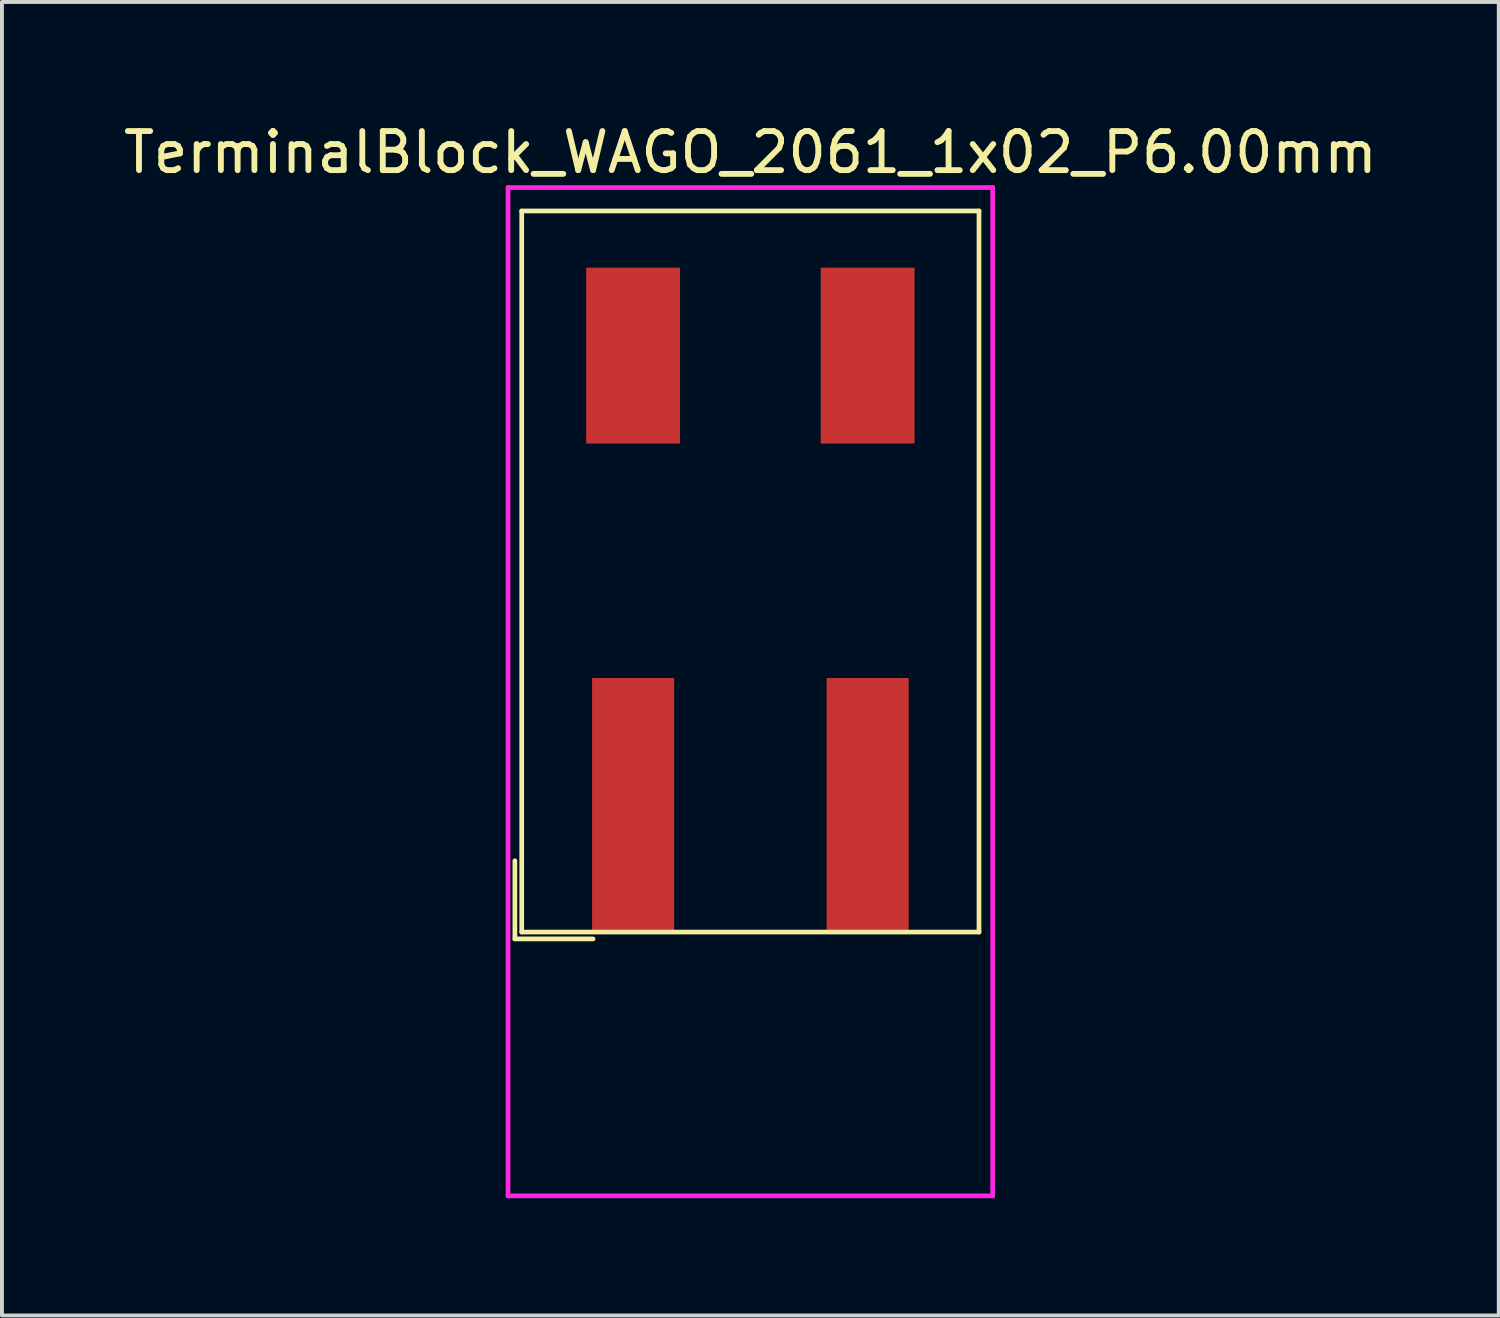
<source format=kicad_pcb>
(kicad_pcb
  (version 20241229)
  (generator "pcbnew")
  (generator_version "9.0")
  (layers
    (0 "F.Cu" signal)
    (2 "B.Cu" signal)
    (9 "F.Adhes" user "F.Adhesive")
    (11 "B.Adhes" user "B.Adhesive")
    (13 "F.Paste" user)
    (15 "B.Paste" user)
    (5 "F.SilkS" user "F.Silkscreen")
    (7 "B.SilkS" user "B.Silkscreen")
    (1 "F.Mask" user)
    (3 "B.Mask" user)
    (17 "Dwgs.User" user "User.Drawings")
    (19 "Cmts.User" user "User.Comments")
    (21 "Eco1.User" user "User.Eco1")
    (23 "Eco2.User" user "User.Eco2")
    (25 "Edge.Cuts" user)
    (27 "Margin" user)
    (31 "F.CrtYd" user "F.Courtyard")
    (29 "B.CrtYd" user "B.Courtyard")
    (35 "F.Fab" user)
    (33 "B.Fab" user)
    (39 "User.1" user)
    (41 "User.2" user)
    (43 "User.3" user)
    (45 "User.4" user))
  (footprint "TerminalBlock_WAGO_2061_1x02_P6.00mm"
    (layer "F.Cu")
    (at 13.149 17.548)
    (property "Reference" "TerminalBlock_WAGO_2061_1x02_P6.00mm" (at 3 -16.7 0) (layer "F.SilkS") (effects (font (size 1 1) (thickness 0.15))))
    (attr through_hole)
    (fp_line (start -3.025 1.425) (end -3.025 3.425) (stroke (width 0.12) (type solid)) (layer "F.SilkS"))
    (fp_line (start -3.025 3.425) (end -1.025 3.425) (stroke (width 0.12) (type solid)) (layer "F.SilkS"))
    (fp_line (start -2.85 -15.2) (end 8.85 -15.2) (stroke (width 0.12) (type solid)) (layer "F.SilkS"))
    (fp_line (start -2.85 3.25) (end -2.85 -15.2) (stroke (width 0.12) (type solid)) (layer "F.SilkS"))
    (fp_line (start 8.85 3.25) (end -2.85 3.25) (stroke (width 0.12) (type solid)) (layer "F.SilkS"))
    (fp_line (start 8.85 3.25) (end 8.85 -15.2) (stroke (width 0.12) (type solid)) (layer "F.SilkS"))
    (fp_line (start -3.2 -15.8) (end -3.2 10) (stroke (width 0.12) (type solid)) (layer "F.CrtYd"))
    (fp_line (start -3.2 -15.8) (end 9.2 -15.8) (stroke (width 0.12) (type solid)) (layer "F.CrtYd"))
    (fp_line (start -3.2 10) (end 9.2 10) (stroke (width 0.12) (type solid)) (layer "F.CrtYd"))
    (fp_line (start 9.2 10) (end 9.2 -15.8) (stroke (width 0.12) (type solid)) (layer "F.CrtYd"))
    (pad "1" smd rect (at 0 -11.5) (size 2.4 4.5) (layers "F.Cu" "F.Mask" "F.Paste"))
    (pad "1" smd rect (at 0 0) (size 2.1 6.5) (layers "F.Cu" "F.Mask" "F.Paste"))
    (pad "2" smd rect (at 6 -11.5) (size 2.4 4.5) (layers "F.Cu" "F.Mask" "F.Paste"))
    (pad "2" smd rect (at 6 0) (size 2.1 6.5) (layers "F.Cu" "F.Mask" "F.Paste")))
  (gr_rect
    (start -3 -3)
    (end 35.298 30.608)
    (stroke (width 0.1) (type default))
    (fill no)
    (layer "Edge.Cuts")))
</source>
